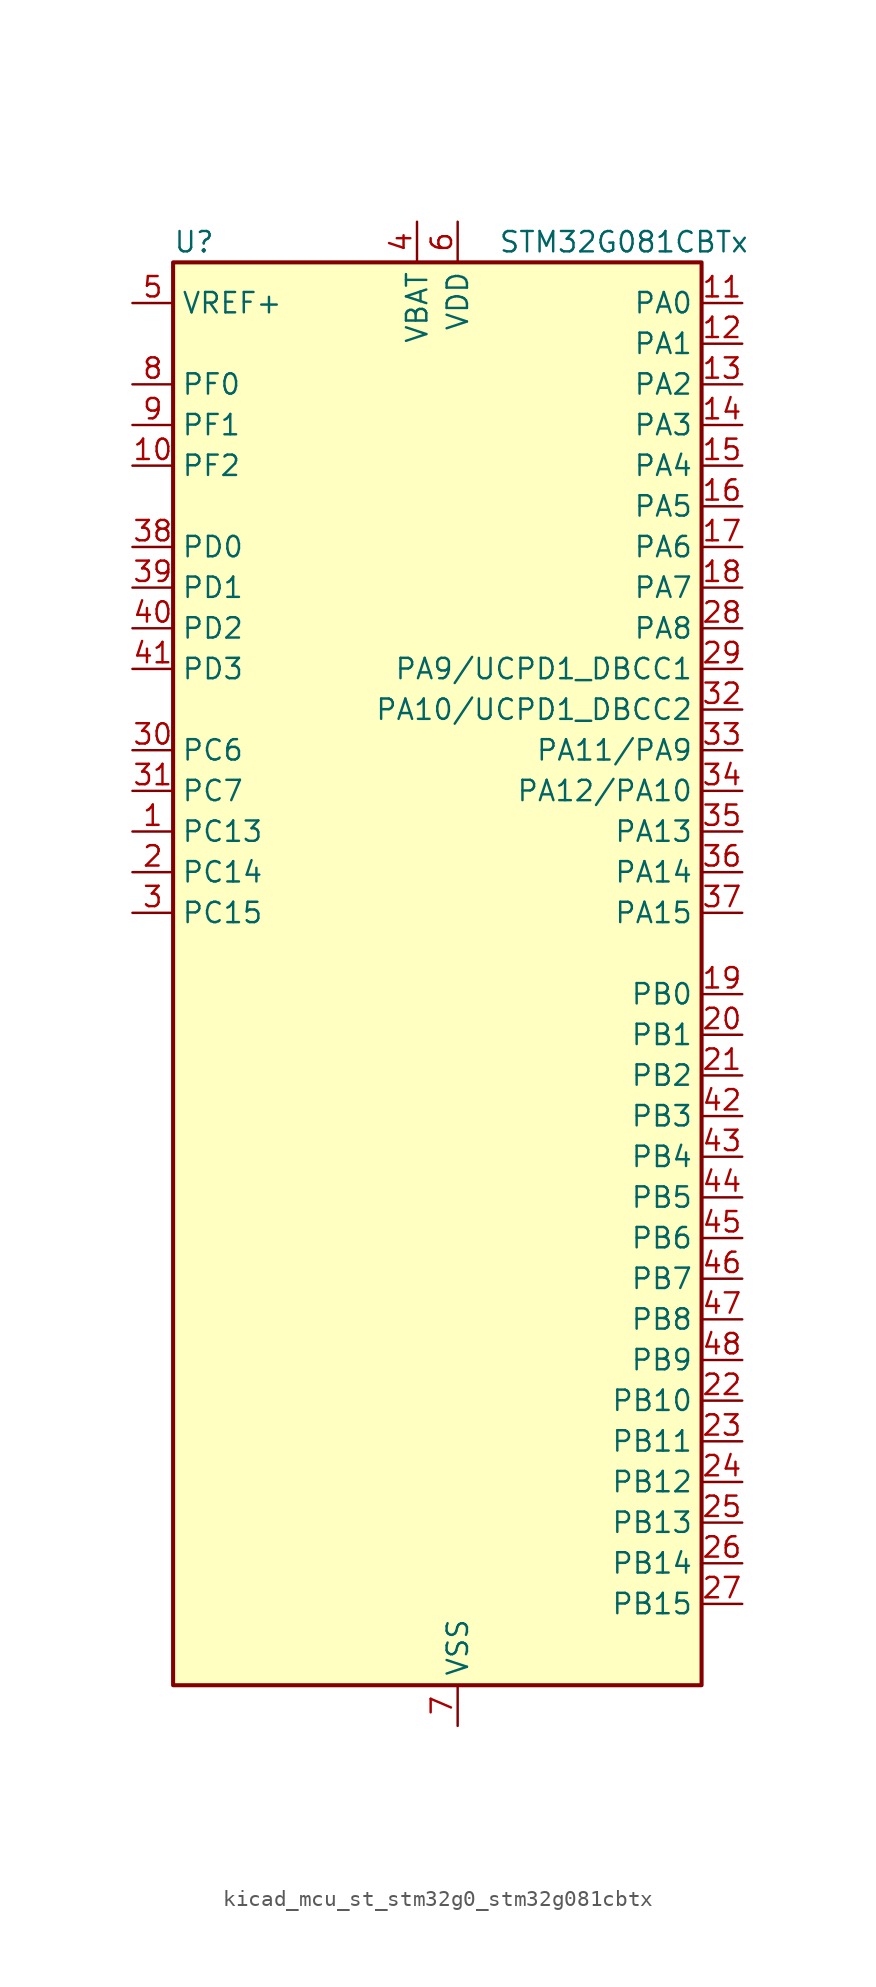
<source format=kicad_sym>
(kicad_symbol_lib
  (version 20220914)
  (generator kicad_symbol_editor)
  (symbol "kicad_mcu_st_stm32g0_stm32g081cbtx"
    (property "Reference" "U"
      (at -15.24 46.99 0)
      (effects (font (size 1.27 1.27)) (justify left)))
    (property "Value" "STM32G081CBTx"
      (at 5.08 46.99 0)
      (effects (font (size 1.27 1.27)) (justify left)))
    (property "ki_locked" ""
      (at 0 0 0)
      (effects (font (size 1.27 1.27))))
    (symbol "kicad_mcu_st_stm32g0_stm32g081cbtx_0_1"
      (rectangle (start -15.24 -43.18) (end 17.78 45.72) (stroke (width 0.254) (type default)) (fill (type background))))
    (symbol "kicad_mcu_st_stm32g0_stm32g081cbtx_1_1"
      (pin bidirectional line (at -17.78 10.16 0) (length 2.54) (name "PC13" (effects (font (size 1.27 1.27)))) (number "1" (effects (font (size 1.27 1.27)))) (alternate "RTC_OUT_ALARM" bidirectional line) (alternate "RTC_OUT_CALIB" bidirectional line) (alternate "RTC_TAMP_IN1" bidirectional line) (alternate "RTC_TS" bidirectional line) (alternate "SYS_WKUP2" bidirectional line) (alternate "TIM1_BK" bidirectional line))
      (pin bidirectional line (at -17.78 33.02 0) (length 2.54) (name "PF2" (effects (font (size 1.27 1.27)))) (number "10" (effects (font (size 1.27 1.27)))) (alternate "RCC_MCO" bidirectional line))
      (pin bidirectional line (at 20.32 43.18 180) (length 2.54) (name "PA0" (effects (font (size 1.27 1.27)))) (number "11" (effects (font (size 1.27 1.27)))) (alternate "ADC1_IN0" bidirectional line) (alternate "COMP1_INM" bidirectional line) (alternate "COMP1_OUT" bidirectional line) (alternate "LPTIM1_OUT" bidirectional line) (alternate "RTC_TAMP_IN2" bidirectional line) (alternate "SPI2_SCK" bidirectional line) (alternate "SYS_WKUP1" bidirectional line) (alternate "TIM2_CH1" bidirectional line) (alternate "TIM2_ETR" bidirectional line) (alternate "UCPD2_FRSTX1" bidirectional line) (alternate "UCPD2_FRSTX2" bidirectional line) (alternate "USART2_CTS" bidirectional line) (alternate "USART2_NSS" bidirectional line) (alternate "USART4_TX" bidirectional line))
      (pin bidirectional line (at 20.32 40.64 180) (length 2.54) (name "PA1" (effects (font (size 1.27 1.27)))) (number "12" (effects (font (size 1.27 1.27)))) (alternate "ADC1_IN1" bidirectional line) (alternate "COMP1_INP" bidirectional line) (alternate "I2C1_SMBA" bidirectional line) (alternate "I2S1_CK" bidirectional line) (alternate "SPI1_SCK" bidirectional line) (alternate "TIM15_CH1N" bidirectional line) (alternate "TIM2_CH2" bidirectional line) (alternate "USART2_CK" bidirectional line) (alternate "USART2_DE" bidirectional line) (alternate "USART2_RTS" bidirectional line) (alternate "USART4_RX" bidirectional line))
      (pin bidirectional line (at 20.32 38.1 180) (length 2.54) (name "PA2" (effects (font (size 1.27 1.27)))) (number "13" (effects (font (size 1.27 1.27)))) (alternate "ADC1_IN2" bidirectional line) (alternate "COMP2_INM" bidirectional line) (alternate "COMP2_OUT" bidirectional line) (alternate "I2S1_SD" bidirectional line) (alternate "LPUART1_TX" bidirectional line) (alternate "RCC_LSCO" bidirectional line) (alternate "SPI1_MOSI" bidirectional line) (alternate "SYS_WKUP4" bidirectional line) (alternate "TIM15_CH1" bidirectional line) (alternate "TIM2_CH3" bidirectional line) (alternate "UCPD1_FRSTX1" bidirectional line) (alternate "UCPD1_FRSTX2" bidirectional line) (alternate "USART2_TX" bidirectional line))
      (pin bidirectional line (at 20.32 35.56 180) (length 2.54) (name "PA3" (effects (font (size 1.27 1.27)))) (number "14" (effects (font (size 1.27 1.27)))) (alternate "ADC1_IN3" bidirectional line) (alternate "COMP2_INP" bidirectional line) (alternate "LPUART1_RX" bidirectional line) (alternate "SPI2_MISO" bidirectional line) (alternate "TIM15_CH2" bidirectional line) (alternate "TIM2_CH4" bidirectional line) (alternate "UCPD2_FRSTX1" bidirectional line) (alternate "UCPD2_FRSTX2" bidirectional line) (alternate "USART2_RX" bidirectional line))
      (pin bidirectional line (at 20.32 33.02 180) (length 2.54) (name "PA4" (effects (font (size 1.27 1.27)))) (number "15" (effects (font (size 1.27 1.27)))) (alternate "ADC1_IN4" bidirectional line) (alternate "DAC1_OUT1" bidirectional line) (alternate "I2S1_WS" bidirectional line) (alternate "LPTIM2_OUT" bidirectional line) (alternate "RTC_OUT_ALARM" bidirectional line) (alternate "RTC_OUT_CALIB" bidirectional line) (alternate "SPI1_NSS" bidirectional line) (alternate "SPI2_MOSI" bidirectional line) (alternate "TIM14_CH1" bidirectional line) (alternate "UCPD2_FRSTX1" bidirectional line) (alternate "UCPD2_FRSTX2" bidirectional line))
      (pin bidirectional line (at 20.32 30.48 180) (length 2.54) (name "PA5" (effects (font (size 1.27 1.27)))) (number "16" (effects (font (size 1.27 1.27)))) (alternate "ADC1_IN5" bidirectional line) (alternate "CEC" bidirectional line) (alternate "DAC1_OUT2" bidirectional line) (alternate "I2S1_CK" bidirectional line) (alternate "LPTIM2_ETR" bidirectional line) (alternate "SPI1_SCK" bidirectional line) (alternate "TIM2_CH1" bidirectional line) (alternate "TIM2_ETR" bidirectional line) (alternate "UCPD1_FRSTX1" bidirectional line) (alternate "UCPD1_FRSTX2" bidirectional line) (alternate "USART3_TX" bidirectional line))
      (pin bidirectional line (at 20.32 27.94 180) (length 2.54) (name "PA6" (effects (font (size 1.27 1.27)))) (number "17" (effects (font (size 1.27 1.27)))) (alternate "ADC1_IN6" bidirectional line) (alternate "COMP1_OUT" bidirectional line) (alternate "I2S1_MCK" bidirectional line) (alternate "LPUART1_CTS" bidirectional line) (alternate "SPI1_MISO" bidirectional line) (alternate "TIM16_CH1" bidirectional line) (alternate "TIM1_BK" bidirectional line) (alternate "TIM3_CH1" bidirectional line) (alternate "USART3_CTS" bidirectional line) (alternate "USART3_NSS" bidirectional line))
      (pin bidirectional line (at 20.32 25.4 180) (length 2.54) (name "PA7" (effects (font (size 1.27 1.27)))) (number "18" (effects (font (size 1.27 1.27)))) (alternate "ADC1_IN7" bidirectional line) (alternate "COMP2_OUT" bidirectional line) (alternate "I2S1_SD" bidirectional line) (alternate "SPI1_MOSI" bidirectional line) (alternate "TIM14_CH1" bidirectional line) (alternate "TIM17_CH1" bidirectional line) (alternate "TIM1_CH1N" bidirectional line) (alternate "TIM3_CH2" bidirectional line) (alternate "UCPD1_FRSTX1" bidirectional line) (alternate "UCPD1_FRSTX2" bidirectional line))
      (pin bidirectional line (at 20.32 0 180) (length 2.54) (name "PB0" (effects (font (size 1.27 1.27)))) (number "19" (effects (font (size 1.27 1.27)))) (alternate "ADC1_IN8" bidirectional line) (alternate "COMP1_OUT" bidirectional line) (alternate "I2S1_WS" bidirectional line) (alternate "LPTIM1_OUT" bidirectional line) (alternate "SPI1_NSS" bidirectional line) (alternate "TIM1_CH2N" bidirectional line) (alternate "TIM3_CH3" bidirectional line) (alternate "UCPD1_FRSTX1" bidirectional line) (alternate "UCPD1_FRSTX2" bidirectional line) (alternate "USART3_RX" bidirectional line))
      (pin bidirectional line (at -17.78 7.62 0) (length 2.54) (name "PC14" (effects (font (size 1.27 1.27)))) (number "2" (effects (font (size 1.27 1.27)))) (alternate "RCC_OSC32_IN" bidirectional line) (alternate "TIM1_BK2" bidirectional line))
      (pin bidirectional line (at 20.32 -2.54 180) (length 2.54) (name "PB1" (effects (font (size 1.27 1.27)))) (number "20" (effects (font (size 1.27 1.27)))) (alternate "ADC1_IN9" bidirectional line) (alternate "COMP1_INM" bidirectional line) (alternate "LPTIM2_IN1" bidirectional line) (alternate "LPUART1_DE" bidirectional line) (alternate "LPUART1_RTS" bidirectional line) (alternate "TIM14_CH1" bidirectional line) (alternate "TIM1_CH3N" bidirectional line) (alternate "TIM3_CH4" bidirectional line) (alternate "USART3_CK" bidirectional line) (alternate "USART3_DE" bidirectional line) (alternate "USART3_RTS" bidirectional line))
      (pin bidirectional line (at 20.32 -5.08 180) (length 2.54) (name "PB2" (effects (font (size 1.27 1.27)))) (number "21" (effects (font (size 1.27 1.27)))) (alternate "ADC1_IN10" bidirectional line) (alternate "COMP1_INP" bidirectional line) (alternate "LPTIM1_OUT" bidirectional line) (alternate "SPI2_MISO" bidirectional line) (alternate "USART3_TX" bidirectional line))
      (pin bidirectional line (at 20.32 -25.4 180) (length 2.54) (name "PB10" (effects (font (size 1.27 1.27)))) (number "22" (effects (font (size 1.27 1.27)))) (alternate "ADC1_IN11" bidirectional line) (alternate "CEC" bidirectional line) (alternate "COMP1_OUT" bidirectional line) (alternate "I2C2_SCL" bidirectional line) (alternate "LPUART1_RX" bidirectional line) (alternate "SPI2_SCK" bidirectional line) (alternate "TIM2_CH3" bidirectional line) (alternate "USART3_TX" bidirectional line))
      (pin bidirectional line (at 20.32 -27.94 180) (length 2.54) (name "PB11" (effects (font (size 1.27 1.27)))) (number "23" (effects (font (size 1.27 1.27)))) (alternate "ADC1_EXTI11" bidirectional line) (alternate "ADC1_IN15" bidirectional line) (alternate "COMP2_OUT" bidirectional line) (alternate "I2C2_SDA" bidirectional line) (alternate "LPUART1_TX" bidirectional line) (alternate "SPI2_MOSI" bidirectional line) (alternate "TIM2_CH4" bidirectional line) (alternate "USART3_RX" bidirectional line))
      (pin bidirectional line (at 20.32 -30.48 180) (length 2.54) (name "PB12" (effects (font (size 1.27 1.27)))) (number "24" (effects (font (size 1.27 1.27)))) (alternate "ADC1_IN16" bidirectional line) (alternate "LPUART1_DE" bidirectional line) (alternate "LPUART1_RTS" bidirectional line) (alternate "SPI2_NSS" bidirectional line) (alternate "TIM15_BK" bidirectional line) (alternate "TIM1_BK" bidirectional line) (alternate "UCPD2_FRSTX1" bidirectional line) (alternate "UCPD2_FRSTX2" bidirectional line))
      (pin bidirectional line (at 20.32 -33.02 180) (length 2.54) (name "PB13" (effects (font (size 1.27 1.27)))) (number "25" (effects (font (size 1.27 1.27)))) (alternate "I2C2_SCL" bidirectional line) (alternate "LPUART1_CTS" bidirectional line) (alternate "SPI2_SCK" bidirectional line) (alternate "TIM15_CH1N" bidirectional line) (alternate "TIM1_CH1N" bidirectional line) (alternate "USART3_CTS" bidirectional line) (alternate "USART3_NSS" bidirectional line))
      (pin bidirectional line (at 20.32 -35.56 180) (length 2.54) (name "PB14" (effects (font (size 1.27 1.27)))) (number "26" (effects (font (size 1.27 1.27)))) (alternate "I2C2_SDA" bidirectional line) (alternate "SPI2_MISO" bidirectional line) (alternate "TIM15_CH1" bidirectional line) (alternate "TIM1_CH2N" bidirectional line) (alternate "UCPD1_FRSTX1" bidirectional line) (alternate "UCPD1_FRSTX2" bidirectional line) (alternate "USART3_CK" bidirectional line) (alternate "USART3_DE" bidirectional line) (alternate "USART3_RTS" bidirectional line))
      (pin bidirectional line (at 20.32 -38.1 180) (length 2.54) (name "PB15" (effects (font (size 1.27 1.27)))) (number "27" (effects (font (size 1.27 1.27)))) (alternate "RTC_REFIN" bidirectional line) (alternate "SPI2_MOSI" bidirectional line) (alternate "TIM15_CH1N" bidirectional line) (alternate "TIM15_CH2" bidirectional line) (alternate "TIM1_CH3N" bidirectional line) (alternate "UCPD1_CC2" bidirectional line))
      (pin bidirectional line (at 20.32 22.86 180) (length 2.54) (name "PA8" (effects (font (size 1.27 1.27)))) (number "28" (effects (font (size 1.27 1.27)))) (alternate "LPTIM2_OUT" bidirectional line) (alternate "RCC_MCO" bidirectional line) (alternate "SPI2_NSS" bidirectional line) (alternate "TIM1_CH1" bidirectional line) (alternate "UCPD1_CC1" bidirectional line))
      (pin bidirectional line (at 20.32 20.32 180) (length 2.54) (name "PA9/UCPD1_DBCC1" (effects (font (size 1.27 1.27)))) (number "29" (effects (font (size 1.27 1.27)))) (alternate "DAC1_EXTI9" bidirectional line) (alternate "I2C1_SCL" bidirectional line) (alternate "RCC_MCO" bidirectional line) (alternate "SPI2_MISO" bidirectional line) (alternate "TIM15_BK" bidirectional line) (alternate "TIM1_CH2" bidirectional line) (alternate "UCPD1_DBCC1" bidirectional line) (alternate "USART1_TX" bidirectional line))
      (pin bidirectional line (at -17.78 5.08 0) (length 2.54) (name "PC15" (effects (font (size 1.27 1.27)))) (number "3" (effects (font (size 1.27 1.27)))) (alternate "RCC_OSC32_EN" bidirectional line) (alternate "RCC_OSC32_OUT" bidirectional line) (alternate "RCC_OSC_EN" bidirectional line) (alternate "TIM15_BK" bidirectional line))
      (pin bidirectional line (at -17.78 15.24 0) (length 2.54) (name "PC6" (effects (font (size 1.27 1.27)))) (number "30" (effects (font (size 1.27 1.27)))) (alternate "TIM2_CH3" bidirectional line) (alternate "TIM3_CH1" bidirectional line) (alternate "UCPD1_FRSTX1" bidirectional line) (alternate "UCPD1_FRSTX2" bidirectional line))
      (pin bidirectional line (at -17.78 12.7 0) (length 2.54) (name "PC7" (effects (font (size 1.27 1.27)))) (number "31" (effects (font (size 1.27 1.27)))) (alternate "TIM2_CH4" bidirectional line) (alternate "TIM3_CH2" bidirectional line) (alternate "UCPD2_FRSTX1" bidirectional line) (alternate "UCPD2_FRSTX2" bidirectional line))
      (pin bidirectional line (at 20.32 17.78 180) (length 2.54) (name "PA10/UCPD1_DBCC2" (effects (font (size 1.27 1.27)))) (number "32" (effects (font (size 1.27 1.27)))) (alternate "I2C1_SDA" bidirectional line) (alternate "SPI2_MOSI" bidirectional line) (alternate "TIM17_BK" bidirectional line) (alternate "TIM1_CH3" bidirectional line) (alternate "UCPD1_DBCC2" bidirectional line) (alternate "USART1_RX" bidirectional line))
      (pin bidirectional line (at 20.32 15.24 180) (length 2.54) (name "PA11/PA9" (effects (font (size 1.27 1.27)))) (number "33" (effects (font (size 1.27 1.27)))) (alternate "ADC1_EXTI11" bidirectional line) (alternate "COMP1_OUT" bidirectional line) (alternate "I2C2_SCL" bidirectional line) (alternate "I2S1_MCK" bidirectional line) (alternate "SPI1_MISO" bidirectional line) (alternate "TIM1_BK2" bidirectional line) (alternate "TIM1_CH4" bidirectional line) (alternate "USART1_CTS" bidirectional line) (alternate "USART1_NSS" bidirectional line))
      (pin bidirectional line (at 20.32 12.7 180) (length 2.54) (name "PA12/PA10" (effects (font (size 1.27 1.27)))) (number "34" (effects (font (size 1.27 1.27)))) (alternate "COMP2_OUT" bidirectional line) (alternate "I2C2_SDA" bidirectional line) (alternate "I2S1_SD" bidirectional line) (alternate "I2S_CKIN" bidirectional line) (alternate "SPI1_MOSI" bidirectional line) (alternate "TIM1_ETR" bidirectional line) (alternate "USART1_CK" bidirectional line) (alternate "USART1_DE" bidirectional line) (alternate "USART1_RTS" bidirectional line))
      (pin bidirectional line (at 20.32 10.16 180) (length 2.54) (name "PA13" (effects (font (size 1.27 1.27)))) (number "35" (effects (font (size 1.27 1.27)))) (alternate "IR_OUT" bidirectional line) (alternate "SYS_SWDIO" bidirectional line))
      (pin bidirectional line (at 20.32 7.62 180) (length 2.54) (name "PA14" (effects (font (size 1.27 1.27)))) (number "36" (effects (font (size 1.27 1.27)))) (alternate "SYS_SWCLK" bidirectional line) (alternate "USART2_TX" bidirectional line))
      (pin bidirectional line (at 20.32 5.08 180) (length 2.54) (name "PA15" (effects (font (size 1.27 1.27)))) (number "37" (effects (font (size 1.27 1.27)))) (alternate "I2S1_WS" bidirectional line) (alternate "SPI1_NSS" bidirectional line) (alternate "TIM2_CH1" bidirectional line) (alternate "TIM2_ETR" bidirectional line) (alternate "USART2_RX" bidirectional line) (alternate "USART3_CK" bidirectional line) (alternate "USART3_DE" bidirectional line) (alternate "USART3_RTS" bidirectional line) (alternate "USART4_CK" bidirectional line) (alternate "USART4_DE" bidirectional line) (alternate "USART4_RTS" bidirectional line))
      (pin bidirectional line (at -17.78 27.94 0) (length 2.54) (name "PD0" (effects (font (size 1.27 1.27)))) (number "38" (effects (font (size 1.27 1.27)))) (alternate "SPI2_NSS" bidirectional line) (alternate "TIM16_CH1" bidirectional line) (alternate "UCPD2_CC1" bidirectional line))
      (pin bidirectional line (at -17.78 25.4 0) (length 2.54) (name "PD1" (effects (font (size 1.27 1.27)))) (number "39" (effects (font (size 1.27 1.27)))) (alternate "SPI2_SCK" bidirectional line) (alternate "TIM17_CH1" bidirectional line) (alternate "UCPD2_DBCC1" bidirectional line))
      (pin power_in line (at 0 48.26 270) (length 2.54) (name "VBAT" (effects (font (size 1.27 1.27)))) (number "4" (effects (font (size 1.27 1.27)))))
      (pin bidirectional line (at -17.78 22.86 0) (length 2.54) (name "PD2" (effects (font (size 1.27 1.27)))) (number "40" (effects (font (size 1.27 1.27)))) (alternate "TIM1_CH1N" bidirectional line) (alternate "TIM3_ETR" bidirectional line) (alternate "UCPD2_CC2" bidirectional line) (alternate "USART3_CK" bidirectional line) (alternate "USART3_DE" bidirectional line) (alternate "USART3_RTS" bidirectional line))
      (pin bidirectional line (at -17.78 20.32 0) (length 2.54) (name "PD3" (effects (font (size 1.27 1.27)))) (number "41" (effects (font (size 1.27 1.27)))) (alternate "SPI2_MISO" bidirectional line) (alternate "TIM1_CH2N" bidirectional line) (alternate "UCPD2_DBCC2" bidirectional line) (alternate "USART2_CTS" bidirectional line) (alternate "USART2_NSS" bidirectional line))
      (pin bidirectional line (at 20.32 -7.62 180) (length 2.54) (name "PB3" (effects (font (size 1.27 1.27)))) (number "42" (effects (font (size 1.27 1.27)))) (alternate "COMP2_INM" bidirectional line) (alternate "I2S1_CK" bidirectional line) (alternate "SPI1_SCK" bidirectional line) (alternate "TIM1_CH2" bidirectional line) (alternate "TIM2_CH2" bidirectional line) (alternate "USART1_CK" bidirectional line) (alternate "USART1_DE" bidirectional line) (alternate "USART1_RTS" bidirectional line))
      (pin bidirectional line (at 20.32 -10.16 180) (length 2.54) (name "PB4" (effects (font (size 1.27 1.27)))) (number "43" (effects (font (size 1.27 1.27)))) (alternate "COMP2_INP" bidirectional line) (alternate "I2S1_MCK" bidirectional line) (alternate "SPI1_MISO" bidirectional line) (alternate "TIM17_BK" bidirectional line) (alternate "TIM3_CH1" bidirectional line) (alternate "USART1_CTS" bidirectional line) (alternate "USART1_NSS" bidirectional line))
      (pin bidirectional line (at 20.32 -12.7 180) (length 2.54) (name "PB5" (effects (font (size 1.27 1.27)))) (number "44" (effects (font (size 1.27 1.27)))) (alternate "COMP2_OUT" bidirectional line) (alternate "I2C1_SMBA" bidirectional line) (alternate "I2S1_SD" bidirectional line) (alternate "LPTIM1_IN1" bidirectional line) (alternate "SPI1_MOSI" bidirectional line) (alternate "SYS_WKUP6" bidirectional line) (alternate "TIM16_BK" bidirectional line) (alternate "TIM3_CH2" bidirectional line))
      (pin bidirectional line (at 20.32 -15.24 180) (length 2.54) (name "PB6" (effects (font (size 1.27 1.27)))) (number "45" (effects (font (size 1.27 1.27)))) (alternate "COMP2_INP" bidirectional line) (alternate "I2C1_SCL" bidirectional line) (alternate "LPTIM1_ETR" bidirectional line) (alternate "SPI2_MISO" bidirectional line) (alternate "TIM16_CH1N" bidirectional line) (alternate "TIM1_CH3" bidirectional line) (alternate "USART1_TX" bidirectional line))
      (pin bidirectional line (at 20.32 -17.78 180) (length 2.54) (name "PB7" (effects (font (size 1.27 1.27)))) (number "46" (effects (font (size 1.27 1.27)))) (alternate "COMP2_INM" bidirectional line) (alternate "I2C1_SDA" bidirectional line) (alternate "LPTIM1_IN2" bidirectional line) (alternate "SPI2_MOSI" bidirectional line) (alternate "SYS_PVD_IN" bidirectional line) (alternate "TIM17_CH1N" bidirectional line) (alternate "USART1_RX" bidirectional line) (alternate "USART4_CTS" bidirectional line) (alternate "USART4_NSS" bidirectional line))
      (pin bidirectional line (at 20.32 -20.32 180) (length 2.54) (name "PB8" (effects (font (size 1.27 1.27)))) (number "47" (effects (font (size 1.27 1.27)))) (alternate "CEC" bidirectional line) (alternate "I2C1_SCL" bidirectional line) (alternate "SPI2_SCK" bidirectional line) (alternate "TIM15_BK" bidirectional line) (alternate "TIM16_CH1" bidirectional line) (alternate "USART3_TX" bidirectional line))
      (pin bidirectional line (at 20.32 -22.86 180) (length 2.54) (name "PB9" (effects (font (size 1.27 1.27)))) (number "48" (effects (font (size 1.27 1.27)))) (alternate "DAC1_EXTI9" bidirectional line) (alternate "I2C1_SDA" bidirectional line) (alternate "IR_OUT" bidirectional line) (alternate "SPI2_NSS" bidirectional line) (alternate "TIM17_CH1" bidirectional line) (alternate "UCPD2_FRSTX1" bidirectional line) (alternate "UCPD2_FRSTX2" bidirectional line) (alternate "USART3_RX" bidirectional line))
      (pin input line (at -17.78 43.18 0) (length 2.54) (name "VREF+" (effects (font (size 1.27 1.27)))) (number "5" (effects (font (size 1.27 1.27)))) (alternate "VREFBUF_OUT" bidirectional line))
      (pin power_in line (at 2.54 48.26 270) (length 2.54) (name "VDD" (effects (font (size 1.27 1.27)))) (number "6" (effects (font (size 1.27 1.27)))))
      (pin power_in line (at 2.54 -45.72 90) (length 2.54) (name "VSS" (effects (font (size 1.27 1.27)))) (number "7" (effects (font (size 1.27 1.27)))))
      (pin bidirectional line (at -17.78 38.1 0) (length 2.54) (name "PF0" (effects (font (size 1.27 1.27)))) (number "8" (effects (font (size 1.27 1.27)))) (alternate "RCC_OSC_IN" bidirectional line) (alternate "TIM14_CH1" bidirectional line))
      (pin bidirectional line (at -17.78 35.56 0) (length 2.54) (name "PF1" (effects (font (size 1.27 1.27)))) (number "9" (effects (font (size 1.27 1.27)))) (alternate "RCC_OSC_EN" bidirectional line) (alternate "RCC_OSC_OUT" bidirectional line) (alternate "TIM15_CH1N" bidirectional line)))))
</source>
